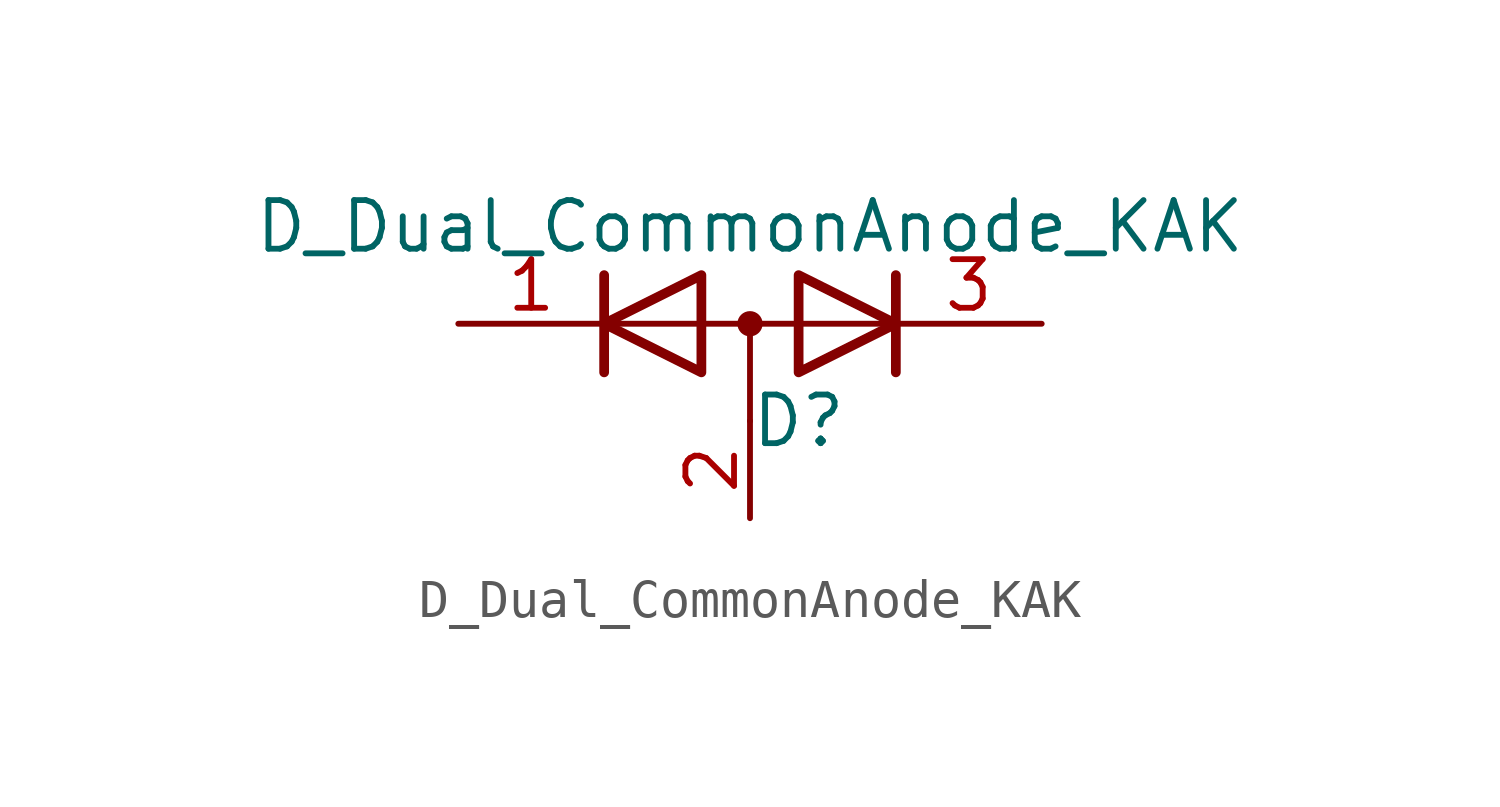
<source format=kicad_sym>
(kicad_symbol_lib
  (version 20241209)
  (generator "kicad_symbol_editor")
  (generator_version "9.0")
  (symbol "D_Dual_CommonAnode_KAK"
    (pin_names
      (offset 0.762)
      (hide yes))
    (property "Reference" "D"
      (at 1.27 -2.54 0)
      (effects (font (size 1.27 1.27))))
    (property "Value" "D_Dual_CommonAnode_KAK"
      (at 0 2.54 0)
      (effects (font (size 1.27 1.27))))
    (symbol "D_Dual_CommonAnode_KAK_0_1"
      (polyline (pts (xy -3.81 1.27) (xy -3.81 -1.27) (xy -3.81 -1.27)) (stroke (width 0.254) (type default)) (fill (type none)))
      (polyline (pts (xy -1.27 -1.27) (xy -3.81 0) (xy -1.27 1.27) (xy -1.27 -1.27) (xy -1.27 -1.27) (xy -1.27 -1.27)) (stroke (width 0.254) (type default)) (fill (type none)))
      (polyline (pts (xy 0 0) (xy 0 -2.54)) (stroke (width 0) (type default)) (fill (type none)))
      (circle (center 0 0) (radius 0.254) (stroke (width 0) (type default)) (fill (type outline)))
      (polyline (pts (xy 1.27 1.27) (xy 3.81 0) (xy 1.27 -1.27) (xy 1.27 1.27) (xy 1.27 1.27) (xy 1.27 1.27)) (stroke (width 0.254) (type default)) (fill (type none)))
      (polyline (pts (xy 3.81 1.27) (xy 3.81 -1.27) (xy 3.81 -1.27)) (stroke (width 0.254) (type default)) (fill (type none)))
      (polyline (pts (xy 3.81 0) (xy -3.81 0)) (stroke (width 0) (type default)) (fill (type none)))
      (pin passive line (at -7.62 0 0) (length 3.81) (name "K" (effects (font (size 1.27 1.27)))) (number "1" (effects (font (size 1.27 1.27)))))
      (pin passive line (at 0 -5.08 90) (length 2.54) (name "A" (effects (font (size 1.27 1.27)))) (number "2" (effects (font (size 1.27 1.27)))))
      (pin passive line (at 7.62 0 180) (length 3.81) (name "K" (effects (font (size 1.27 1.27)))) (number "3" (effects (font (size 1.27 1.27))))))))
</source>
